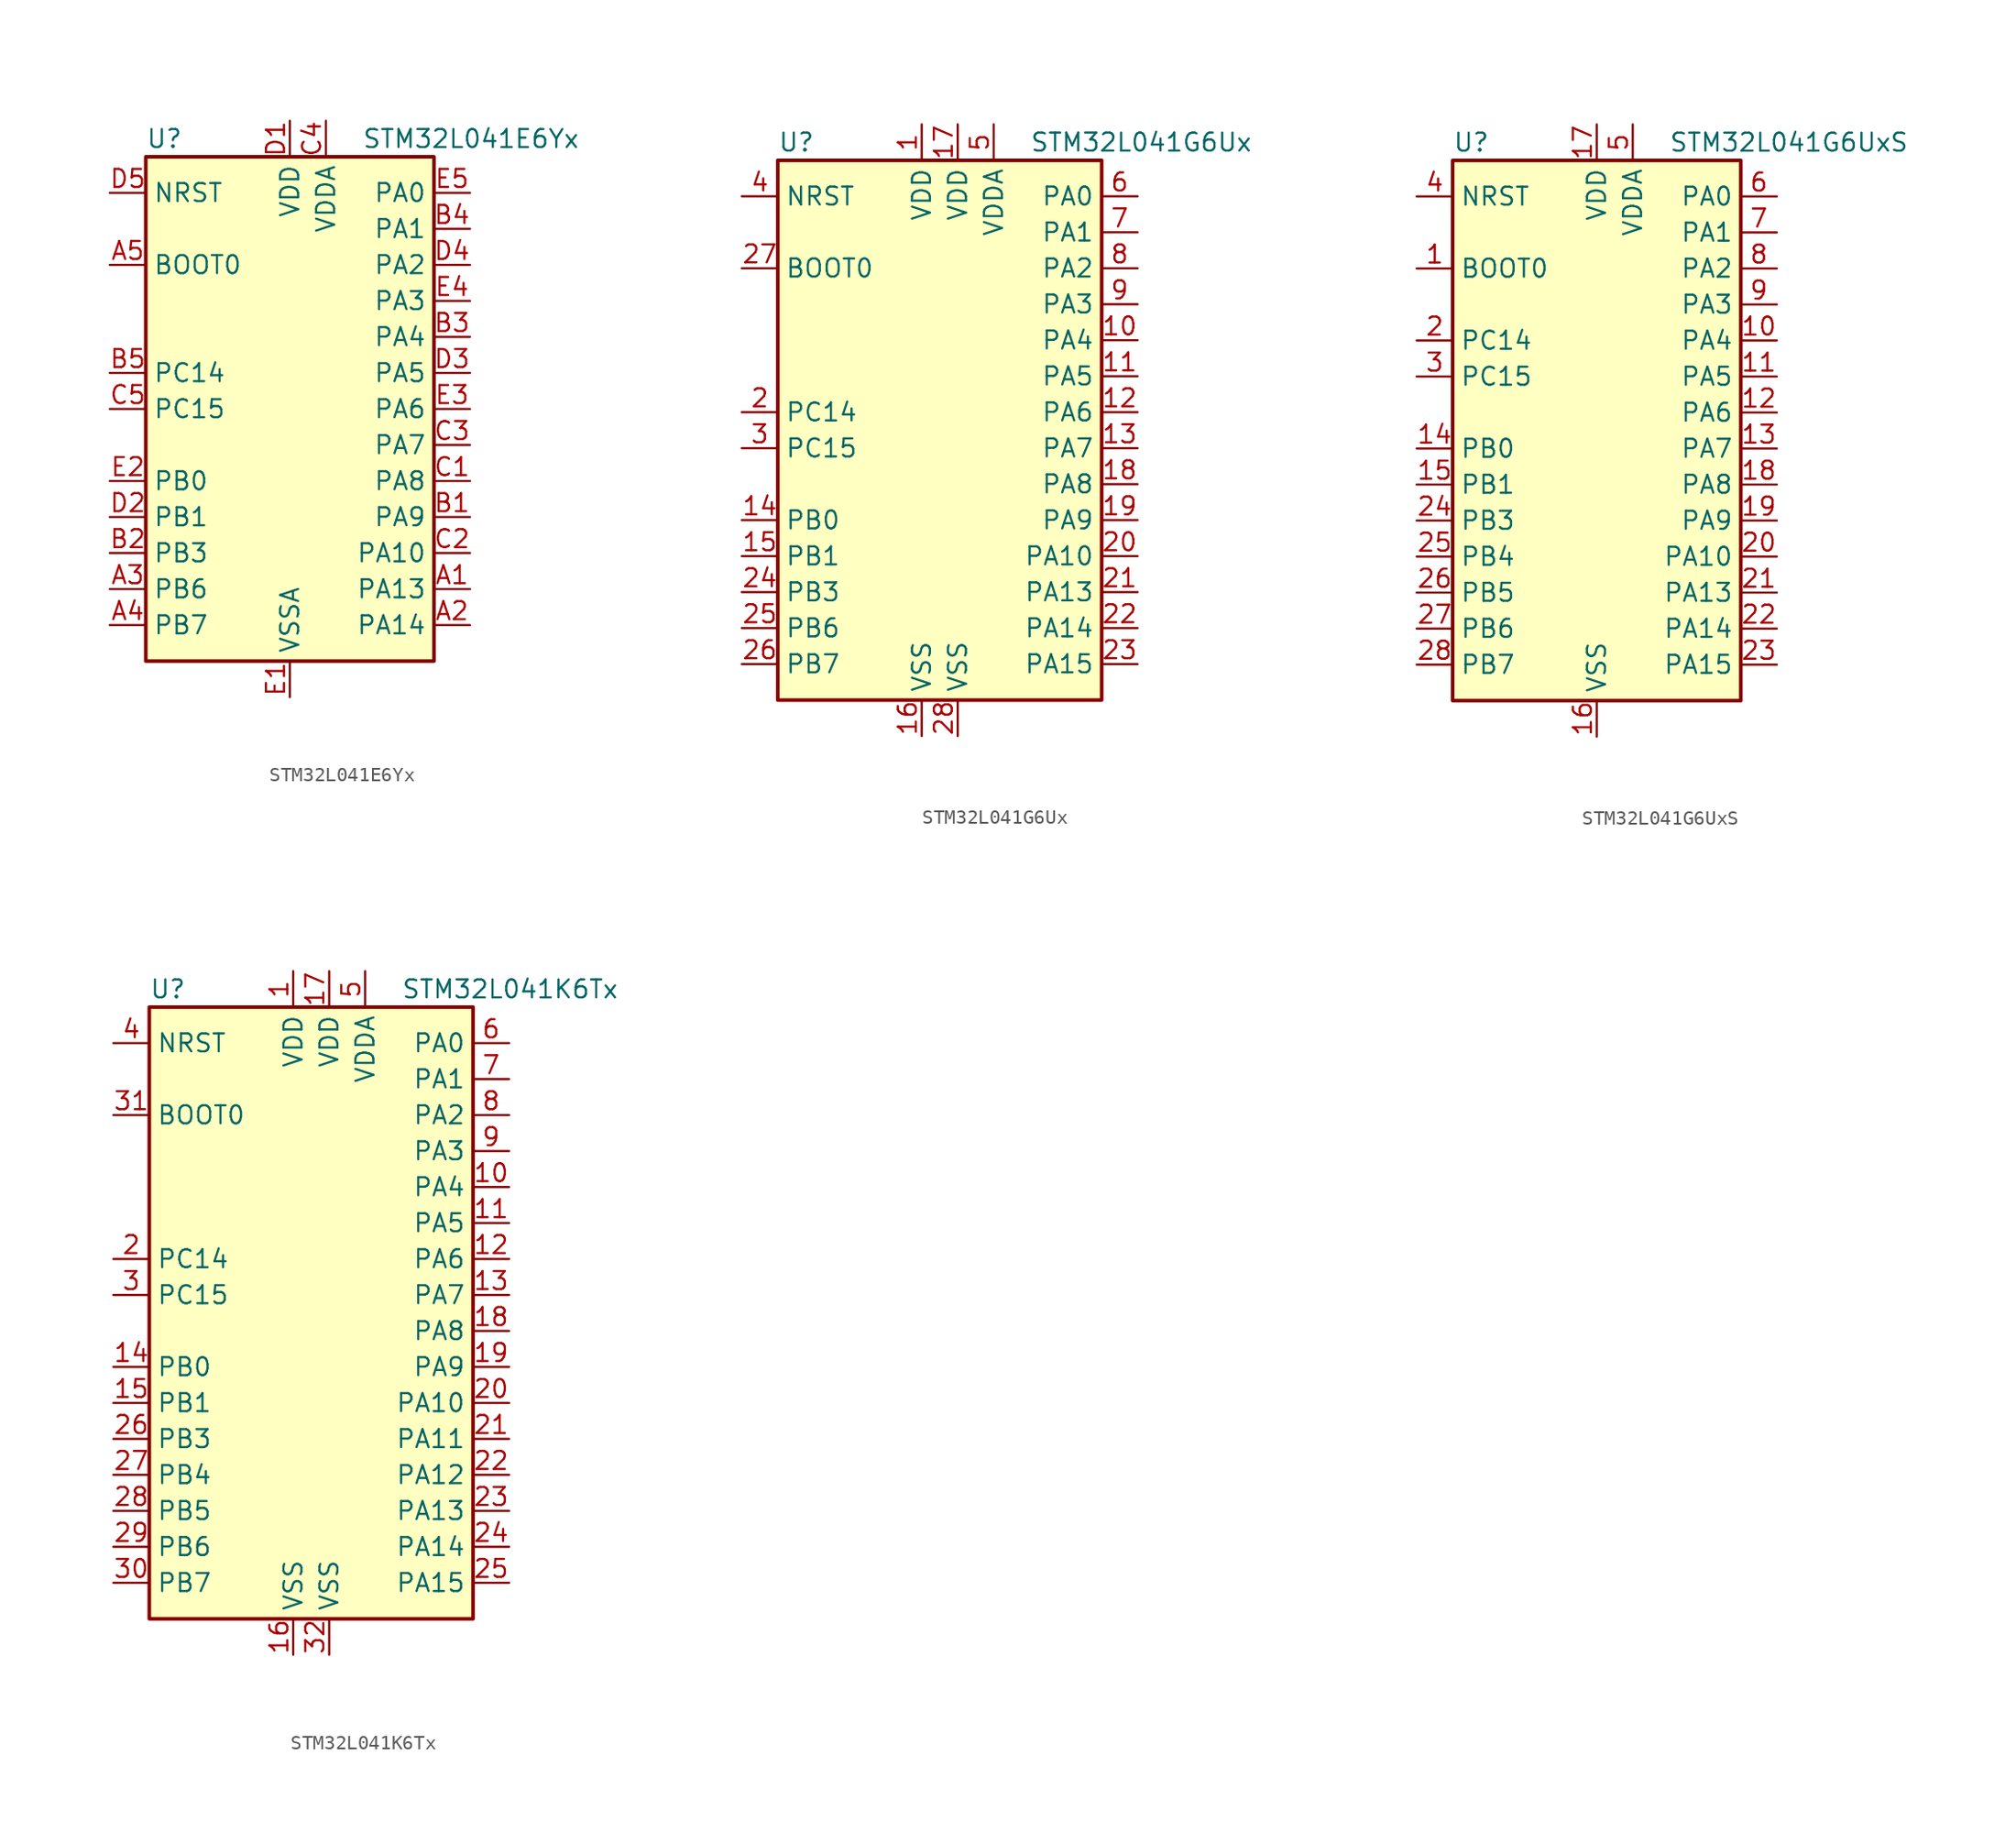
<source format=kicad_sym>
(kicad_symbol_lib
  (version 20201005)
  (generator kicad_symbol_editor)
  (symbol "STM32L041E6Yx"
    (property "Reference" "U"
      (at -10.16 19.05 0)
      (effects (font (size 1.27 1.27)) (justify left)))
    (property "Value" "STM32L041E6Yx"
      (at 5.08 19.05 0)
      (effects (font (size 1.27 1.27)) (justify left)))
    (symbol "STM32L041E6Yx_0_1"
      (rectangle (start -10.16 -17.78) (end 10.16 17.78) (stroke (width 0.254)) (fill (type background))))
    (symbol "STM32L041E6Yx_1_1"
      (pin bidirectional line (at 12.7 -12.7 180) (length 2.54) (name "PA13" (effects (font (size 1.27 1.27)))) (number "A1" (effects (font (size 1.27 1.27)))))
      (pin bidirectional line (at 12.7 -15.24 180) (length 2.54) (name "PA14" (effects (font (size 1.27 1.27)))) (number "A2" (effects (font (size 1.27 1.27)))))
      (pin bidirectional line (at -12.7 -12.7 0) (length 2.54) (name "PB6" (effects (font (size 1.27 1.27)))) (number "A3" (effects (font (size 1.27 1.27)))))
      (pin bidirectional line (at -12.7 -15.24 0) (length 2.54) (name "PB7" (effects (font (size 1.27 1.27)))) (number "A4" (effects (font (size 1.27 1.27)))))
      (pin input line (at -12.7 10.16 0) (length 2.54) (name "BOOT0" (effects (font (size 1.27 1.27)))) (number "A5" (effects (font (size 1.27 1.27)))))
      (pin bidirectional line (at 12.7 -7.62 180) (length 2.54) (name "PA9" (effects (font (size 1.27 1.27)))) (number "B1" (effects (font (size 1.27 1.27)))))
      (pin bidirectional line (at -12.7 -10.16 0) (length 2.54) (name "PB3" (effects (font (size 1.27 1.27)))) (number "B2" (effects (font (size 1.27 1.27)))))
      (pin bidirectional line (at 12.7 5.08 180) (length 2.54) (name "PA4" (effects (font (size 1.27 1.27)))) (number "B3" (effects (font (size 1.27 1.27)))))
      (pin bidirectional line (at 12.7 12.7 180) (length 2.54) (name "PA1" (effects (font (size 1.27 1.27)))) (number "B4" (effects (font (size 1.27 1.27)))))
      (pin bidirectional line (at -12.7 2.54 0) (length 2.54) (name "PC14" (effects (font (size 1.27 1.27)))) (number "B5" (effects (font (size 1.27 1.27)))))
      (pin bidirectional line (at 12.7 -5.08 180) (length 2.54) (name "PA8" (effects (font (size 1.27 1.27)))) (number "C1" (effects (font (size 1.27 1.27)))))
      (pin bidirectional line (at 12.7 -10.16 180) (length 2.54) (name "PA10" (effects (font (size 1.27 1.27)))) (number "C2" (effects (font (size 1.27 1.27)))))
      (pin bidirectional line (at 12.7 -2.54 180) (length 2.54) (name "PA7" (effects (font (size 1.27 1.27)))) (number "C3" (effects (font (size 1.27 1.27)))))
      (pin power_in line (at 2.54 20.32 270) (length 2.54) (name "VDDA" (effects (font (size 1.27 1.27)))) (number "C4" (effects (font (size 1.27 1.27)))))
      (pin bidirectional line (at -12.7 0 0) (length 2.54) (name "PC15" (effects (font (size 1.27 1.27)))) (number "C5" (effects (font (size 1.27 1.27)))))
      (pin power_in line (at 0 20.32 270) (length 2.54) (name "VDD" (effects (font (size 1.27 1.27)))) (number "D1" (effects (font (size 1.27 1.27)))))
      (pin bidirectional line (at -12.7 -7.62 0) (length 2.54) (name "PB1" (effects (font (size 1.27 1.27)))) (number "D2" (effects (font (size 1.27 1.27)))))
      (pin bidirectional line (at 12.7 2.54 180) (length 2.54) (name "PA5" (effects (font (size 1.27 1.27)))) (number "D3" (effects (font (size 1.27 1.27)))))
      (pin bidirectional line (at 12.7 10.16 180) (length 2.54) (name "PA2" (effects (font (size 1.27 1.27)))) (number "D4" (effects (font (size 1.27 1.27)))))
      (pin input line (at -12.7 15.24 0) (length 2.54) (name "NRST" (effects (font (size 1.27 1.27)))) (number "D5" (effects (font (size 1.27 1.27)))))
      (pin power_in line (at 0 -20.32 90) (length 2.54) (name "VSSA" (effects (font (size 1.27 1.27)))) (number "E1" (effects (font (size 1.27 1.27)))))
      (pin bidirectional line (at -12.7 -5.08 0) (length 2.54) (name "PB0" (effects (font (size 1.27 1.27)))) (number "E2" (effects (font (size 1.27 1.27)))))
      (pin bidirectional line (at 12.7 0 180) (length 2.54) (name "PA6" (effects (font (size 1.27 1.27)))) (number "E3" (effects (font (size 1.27 1.27)))))
      (pin bidirectional line (at 12.7 7.62 180) (length 2.54) (name "PA3" (effects (font (size 1.27 1.27)))) (number "E4" (effects (font (size 1.27 1.27)))))
      (pin bidirectional line (at 12.7 15.24 180) (length 2.54) (name "PA0" (effects (font (size 1.27 1.27)))) (number "E5" (effects (font (size 1.27 1.27)))))))
  (symbol "STM32L041G6Ux"
    (property "Reference" "U"
      (at -12.7 19.05 0)
      (effects (font (size 1.27 1.27)) (justify left)))
    (property "Value" "STM32L041G6Ux"
      (at 5.08 19.05 0)
      (effects (font (size 1.27 1.27)) (justify left)))
    (symbol "STM32L041G6Ux_0_1"
      (rectangle (start -12.7 -20.32) (end 10.16 17.78) (stroke (width 0.254)) (fill (type background))))
    (symbol "STM32L041G6Ux_1_1"
      (pin power_in line (at -2.54 20.32 270) (length 2.54) (name "VDD" (effects (font (size 1.27 1.27)))) (number "1" (effects (font (size 1.27 1.27)))))
      (pin bidirectional line (at 12.7 5.08 180) (length 2.54) (name "PA4" (effects (font (size 1.27 1.27)))) (number "10" (effects (font (size 1.27 1.27)))))
      (pin bidirectional line (at 12.7 2.54 180) (length 2.54) (name "PA5" (effects (font (size 1.27 1.27)))) (number "11" (effects (font (size 1.27 1.27)))))
      (pin bidirectional line (at 12.7 0 180) (length 2.54) (name "PA6" (effects (font (size 1.27 1.27)))) (number "12" (effects (font (size 1.27 1.27)))))
      (pin bidirectional line (at 12.7 -2.54 180) (length 2.54) (name "PA7" (effects (font (size 1.27 1.27)))) (number "13" (effects (font (size 1.27 1.27)))))
      (pin bidirectional line (at -15.24 -7.62 0) (length 2.54) (name "PB0" (effects (font (size 1.27 1.27)))) (number "14" (effects (font (size 1.27 1.27)))))
      (pin bidirectional line (at -15.24 -10.16 0) (length 2.54) (name "PB1" (effects (font (size 1.27 1.27)))) (number "15" (effects (font (size 1.27 1.27)))))
      (pin power_in line (at -2.54 -22.86 90) (length 2.54) (name "VSS" (effects (font (size 1.27 1.27)))) (number "16" (effects (font (size 1.27 1.27)))))
      (pin power_in line (at 0 20.32 270) (length 2.54) (name "VDD" (effects (font (size 1.27 1.27)))) (number "17" (effects (font (size 1.27 1.27)))))
      (pin bidirectional line (at 12.7 -5.08 180) (length 2.54) (name "PA8" (effects (font (size 1.27 1.27)))) (number "18" (effects (font (size 1.27 1.27)))))
      (pin bidirectional line (at 12.7 -7.62 180) (length 2.54) (name "PA9" (effects (font (size 1.27 1.27)))) (number "19" (effects (font (size 1.27 1.27)))))
      (pin bidirectional line (at -15.24 0 0) (length 2.54) (name "PC14" (effects (font (size 1.27 1.27)))) (number "2" (effects (font (size 1.27 1.27)))))
      (pin bidirectional line (at 12.7 -10.16 180) (length 2.54) (name "PA10" (effects (font (size 1.27 1.27)))) (number "20" (effects (font (size 1.27 1.27)))))
      (pin bidirectional line (at 12.7 -12.7 180) (length 2.54) (name "PA13" (effects (font (size 1.27 1.27)))) (number "21" (effects (font (size 1.27 1.27)))))
      (pin bidirectional line (at 12.7 -15.24 180) (length 2.54) (name "PA14" (effects (font (size 1.27 1.27)))) (number "22" (effects (font (size 1.27 1.27)))))
      (pin bidirectional line (at 12.7 -17.78 180) (length 2.54) (name "PA15" (effects (font (size 1.27 1.27)))) (number "23" (effects (font (size 1.27 1.27)))))
      (pin bidirectional line (at -15.24 -12.7 0) (length 2.54) (name "PB3" (effects (font (size 1.27 1.27)))) (number "24" (effects (font (size 1.27 1.27)))))
      (pin bidirectional line (at -15.24 -15.24 0) (length 2.54) (name "PB6" (effects (font (size 1.27 1.27)))) (number "25" (effects (font (size 1.27 1.27)))))
      (pin bidirectional line (at -15.24 -17.78 0) (length 2.54) (name "PB7" (effects (font (size 1.27 1.27)))) (number "26" (effects (font (size 1.27 1.27)))))
      (pin input line (at -15.24 10.16 0) (length 2.54) (name "BOOT0" (effects (font (size 1.27 1.27)))) (number "27" (effects (font (size 1.27 1.27)))))
      (pin power_in line (at 0 -22.86 90) (length 2.54) (name "VSS" (effects (font (size 1.27 1.27)))) (number "28" (effects (font (size 1.27 1.27)))))
      (pin bidirectional line (at -15.24 -2.54 0) (length 2.54) (name "PC15" (effects (font (size 1.27 1.27)))) (number "3" (effects (font (size 1.27 1.27)))))
      (pin input line (at -15.24 15.24 0) (length 2.54) (name "NRST" (effects (font (size 1.27 1.27)))) (number "4" (effects (font (size 1.27 1.27)))))
      (pin power_in line (at 2.54 20.32 270) (length 2.54) (name "VDDA" (effects (font (size 1.27 1.27)))) (number "5" (effects (font (size 1.27 1.27)))))
      (pin bidirectional line (at 12.7 15.24 180) (length 2.54) (name "PA0" (effects (font (size 1.27 1.27)))) (number "6" (effects (font (size 1.27 1.27)))))
      (pin bidirectional line (at 12.7 12.7 180) (length 2.54) (name "PA1" (effects (font (size 1.27 1.27)))) (number "7" (effects (font (size 1.27 1.27)))))
      (pin bidirectional line (at 12.7 10.16 180) (length 2.54) (name "PA2" (effects (font (size 1.27 1.27)))) (number "8" (effects (font (size 1.27 1.27)))))
      (pin bidirectional line (at 12.7 7.62 180) (length 2.54) (name "PA3" (effects (font (size 1.27 1.27)))) (number "9" (effects (font (size 1.27 1.27)))))))
  (symbol "STM32L041G6UxS"
    (property "Reference" "U"
      (at -10.16 19.05 0)
      (effects (font (size 1.27 1.27)) (justify left)))
    (property "Value" "STM32L041G6UxS"
      (at 5.08 19.05 0)
      (effects (font (size 1.27 1.27)) (justify left)))
    (symbol "STM32L041G6UxS_0_1"
      (rectangle (start -10.16 -20.32) (end 10.16 17.78) (stroke (width 0.254)) (fill (type background))))
    (symbol "STM32L041G6UxS_1_1"
      (pin input line (at -12.7 10.16 0) (length 2.54) (name "BOOT0" (effects (font (size 1.27 1.27)))) (number "1" (effects (font (size 1.27 1.27)))))
      (pin bidirectional line (at 12.7 5.08 180) (length 2.54) (name "PA4" (effects (font (size 1.27 1.27)))) (number "10" (effects (font (size 1.27 1.27)))))
      (pin bidirectional line (at 12.7 2.54 180) (length 2.54) (name "PA5" (effects (font (size 1.27 1.27)))) (number "11" (effects (font (size 1.27 1.27)))))
      (pin bidirectional line (at 12.7 0 180) (length 2.54) (name "PA6" (effects (font (size 1.27 1.27)))) (number "12" (effects (font (size 1.27 1.27)))))
      (pin bidirectional line (at 12.7 -2.54 180) (length 2.54) (name "PA7" (effects (font (size 1.27 1.27)))) (number "13" (effects (font (size 1.27 1.27)))))
      (pin bidirectional line (at -12.7 -2.54 0) (length 2.54) (name "PB0" (effects (font (size 1.27 1.27)))) (number "14" (effects (font (size 1.27 1.27)))))
      (pin bidirectional line (at -12.7 -5.08 0) (length 2.54) (name "PB1" (effects (font (size 1.27 1.27)))) (number "15" (effects (font (size 1.27 1.27)))))
      (pin power_in line (at 0 -22.86 90) (length 2.54) (name "VSS" (effects (font (size 1.27 1.27)))) (number "16" (effects (font (size 1.27 1.27)))))
      (pin power_in line (at 0 20.32 270) (length 2.54) (name "VDD" (effects (font (size 1.27 1.27)))) (number "17" (effects (font (size 1.27 1.27)))))
      (pin bidirectional line (at 12.7 -5.08 180) (length 2.54) (name "PA8" (effects (font (size 1.27 1.27)))) (number "18" (effects (font (size 1.27 1.27)))))
      (pin bidirectional line (at 12.7 -7.62 180) (length 2.54) (name "PA9" (effects (font (size 1.27 1.27)))) (number "19" (effects (font (size 1.27 1.27)))))
      (pin bidirectional line (at -12.7 5.08 0) (length 2.54) (name "PC14" (effects (font (size 1.27 1.27)))) (number "2" (effects (font (size 1.27 1.27)))))
      (pin bidirectional line (at 12.7 -10.16 180) (length 2.54) (name "PA10" (effects (font (size 1.27 1.27)))) (number "20" (effects (font (size 1.27 1.27)))))
      (pin bidirectional line (at 12.7 -12.7 180) (length 2.54) (name "PA13" (effects (font (size 1.27 1.27)))) (number "21" (effects (font (size 1.27 1.27)))))
      (pin bidirectional line (at 12.7 -15.24 180) (length 2.54) (name "PA14" (effects (font (size 1.27 1.27)))) (number "22" (effects (font (size 1.27 1.27)))))
      (pin bidirectional line (at 12.7 -17.78 180) (length 2.54) (name "PA15" (effects (font (size 1.27 1.27)))) (number "23" (effects (font (size 1.27 1.27)))))
      (pin bidirectional line (at -12.7 -7.62 0) (length 2.54) (name "PB3" (effects (font (size 1.27 1.27)))) (number "24" (effects (font (size 1.27 1.27)))))
      (pin bidirectional line (at -12.7 -10.16 0) (length 2.54) (name "PB4" (effects (font (size 1.27 1.27)))) (number "25" (effects (font (size 1.27 1.27)))))
      (pin bidirectional line (at -12.7 -12.7 0) (length 2.54) (name "PB5" (effects (font (size 1.27 1.27)))) (number "26" (effects (font (size 1.27 1.27)))))
      (pin bidirectional line (at -12.7 -15.24 0) (length 2.54) (name "PB6" (effects (font (size 1.27 1.27)))) (number "27" (effects (font (size 1.27 1.27)))))
      (pin bidirectional line (at -12.7 -17.78 0) (length 2.54) (name "PB7" (effects (font (size 1.27 1.27)))) (number "28" (effects (font (size 1.27 1.27)))))
      (pin bidirectional line (at -12.7 2.54 0) (length 2.54) (name "PC15" (effects (font (size 1.27 1.27)))) (number "3" (effects (font (size 1.27 1.27)))))
      (pin input line (at -12.7 15.24 0) (length 2.54) (name "NRST" (effects (font (size 1.27 1.27)))) (number "4" (effects (font (size 1.27 1.27)))))
      (pin power_in line (at 2.54 20.32 270) (length 2.54) (name "VDDA" (effects (font (size 1.27 1.27)))) (number "5" (effects (font (size 1.27 1.27)))))
      (pin bidirectional line (at 12.7 15.24 180) (length 2.54) (name "PA0" (effects (font (size 1.27 1.27)))) (number "6" (effects (font (size 1.27 1.27)))))
      (pin bidirectional line (at 12.7 12.7 180) (length 2.54) (name "PA1" (effects (font (size 1.27 1.27)))) (number "7" (effects (font (size 1.27 1.27)))))
      (pin bidirectional line (at 12.7 10.16 180) (length 2.54) (name "PA2" (effects (font (size 1.27 1.27)))) (number "8" (effects (font (size 1.27 1.27)))))
      (pin bidirectional line (at 12.7 7.62 180) (length 2.54) (name "PA3" (effects (font (size 1.27 1.27)))) (number "9" (effects (font (size 1.27 1.27)))))))
  (symbol "STM32L041K6Tx"
    (property "Reference" "U"
      (at -12.7 21.59 0)
      (effects (font (size 1.27 1.27)) (justify left)))
    (property "Value" "STM32L041K6Tx"
      (at 5.08 21.59 0)
      (effects (font (size 1.27 1.27)) (justify left)))
    (symbol "STM32L041K6Tx_0_1"
      (rectangle (start -12.7 -22.86) (end 10.16 20.32) (stroke (width 0.254)) (fill (type background))))
    (symbol "STM32L041K6Tx_1_1"
      (pin power_in line (at -2.54 22.86 270) (length 2.54) (name "VDD" (effects (font (size 1.27 1.27)))) (number "1" (effects (font (size 1.27 1.27)))))
      (pin bidirectional line (at 12.7 7.62 180) (length 2.54) (name "PA4" (effects (font (size 1.27 1.27)))) (number "10" (effects (font (size 1.27 1.27)))))
      (pin bidirectional line (at 12.7 5.08 180) (length 2.54) (name "PA5" (effects (font (size 1.27 1.27)))) (number "11" (effects (font (size 1.27 1.27)))))
      (pin bidirectional line (at 12.7 2.54 180) (length 2.54) (name "PA6" (effects (font (size 1.27 1.27)))) (number "12" (effects (font (size 1.27 1.27)))))
      (pin bidirectional line (at 12.7 0 180) (length 2.54) (name "PA7" (effects (font (size 1.27 1.27)))) (number "13" (effects (font (size 1.27 1.27)))))
      (pin bidirectional line (at -15.24 -5.08 0) (length 2.54) (name "PB0" (effects (font (size 1.27 1.27)))) (number "14" (effects (font (size 1.27 1.27)))))
      (pin bidirectional line (at -15.24 -7.62 0) (length 2.54) (name "PB1" (effects (font (size 1.27 1.27)))) (number "15" (effects (font (size 1.27 1.27)))))
      (pin power_in line (at -2.54 -25.4 90) (length 2.54) (name "VSS" (effects (font (size 1.27 1.27)))) (number "16" (effects (font (size 1.27 1.27)))))
      (pin power_in line (at 0 22.86 270) (length 2.54) (name "VDD" (effects (font (size 1.27 1.27)))) (number "17" (effects (font (size 1.27 1.27)))))
      (pin bidirectional line (at 12.7 -2.54 180) (length 2.54) (name "PA8" (effects (font (size 1.27 1.27)))) (number "18" (effects (font (size 1.27 1.27)))))
      (pin bidirectional line (at 12.7 -5.08 180) (length 2.54) (name "PA9" (effects (font (size 1.27 1.27)))) (number "19" (effects (font (size 1.27 1.27)))))
      (pin bidirectional line (at -15.24 2.54 0) (length 2.54) (name "PC14" (effects (font (size 1.27 1.27)))) (number "2" (effects (font (size 1.27 1.27)))))
      (pin bidirectional line (at 12.7 -7.62 180) (length 2.54) (name "PA10" (effects (font (size 1.27 1.27)))) (number "20" (effects (font (size 1.27 1.27)))))
      (pin bidirectional line (at 12.7 -10.16 180) (length 2.54) (name "PA11" (effects (font (size 1.27 1.27)))) (number "21" (effects (font (size 1.27 1.27)))))
      (pin bidirectional line (at 12.7 -12.7 180) (length 2.54) (name "PA12" (effects (font (size 1.27 1.27)))) (number "22" (effects (font (size 1.27 1.27)))))
      (pin bidirectional line (at 12.7 -15.24 180) (length 2.54) (name "PA13" (effects (font (size 1.27 1.27)))) (number "23" (effects (font (size 1.27 1.27)))))
      (pin bidirectional line (at 12.7 -17.78 180) (length 2.54) (name "PA14" (effects (font (size 1.27 1.27)))) (number "24" (effects (font (size 1.27 1.27)))))
      (pin bidirectional line (at 12.7 -20.32 180) (length 2.54) (name "PA15" (effects (font (size 1.27 1.27)))) (number "25" (effects (font (size 1.27 1.27)))))
      (pin bidirectional line (at -15.24 -10.16 0) (length 2.54) (name "PB3" (effects (font (size 1.27 1.27)))) (number "26" (effects (font (size 1.27 1.27)))))
      (pin bidirectional line (at -15.24 -12.7 0) (length 2.54) (name "PB4" (effects (font (size 1.27 1.27)))) (number "27" (effects (font (size 1.27 1.27)))))
      (pin bidirectional line (at -15.24 -15.24 0) (length 2.54) (name "PB5" (effects (font (size 1.27 1.27)))) (number "28" (effects (font (size 1.27 1.27)))))
      (pin bidirectional line (at -15.24 -17.78 0) (length 2.54) (name "PB6" (effects (font (size 1.27 1.27)))) (number "29" (effects (font (size 1.27 1.27)))))
      (pin bidirectional line (at -15.24 0 0) (length 2.54) (name "PC15" (effects (font (size 1.27 1.27)))) (number "3" (effects (font (size 1.27 1.27)))))
      (pin bidirectional line (at -15.24 -20.32 0) (length 2.54) (name "PB7" (effects (font (size 1.27 1.27)))) (number "30" (effects (font (size 1.27 1.27)))))
      (pin input line (at -15.24 12.7 0) (length 2.54) (name "BOOT0" (effects (font (size 1.27 1.27)))) (number "31" (effects (font (size 1.27 1.27)))))
      (pin power_in line (at 0 -25.4 90) (length 2.54) (name "VSS" (effects (font (size 1.27 1.27)))) (number "32" (effects (font (size 1.27 1.27)))))
      (pin input line (at -15.24 17.78 0) (length 2.54) (name "NRST" (effects (font (size 1.27 1.27)))) (number "4" (effects (font (size 1.27 1.27)))))
      (pin power_in line (at 2.54 22.86 270) (length 2.54) (name "VDDA" (effects (font (size 1.27 1.27)))) (number "5" (effects (font (size 1.27 1.27)))))
      (pin bidirectional line (at 12.7 17.78 180) (length 2.54) (name "PA0" (effects (font (size 1.27 1.27)))) (number "6" (effects (font (size 1.27 1.27)))))
      (pin bidirectional line (at 12.7 15.24 180) (length 2.54) (name "PA1" (effects (font (size 1.27 1.27)))) (number "7" (effects (font (size 1.27 1.27)))))
      (pin bidirectional line (at 12.7 12.7 180) (length 2.54) (name "PA2" (effects (font (size 1.27 1.27)))) (number "8" (effects (font (size 1.27 1.27)))))
      (pin bidirectional line (at 12.7 10.16 180) (length 2.54) (name "PA3" (effects (font (size 1.27 1.27)))) (number "9" (effects (font (size 1.27 1.27))))))))
</source>
